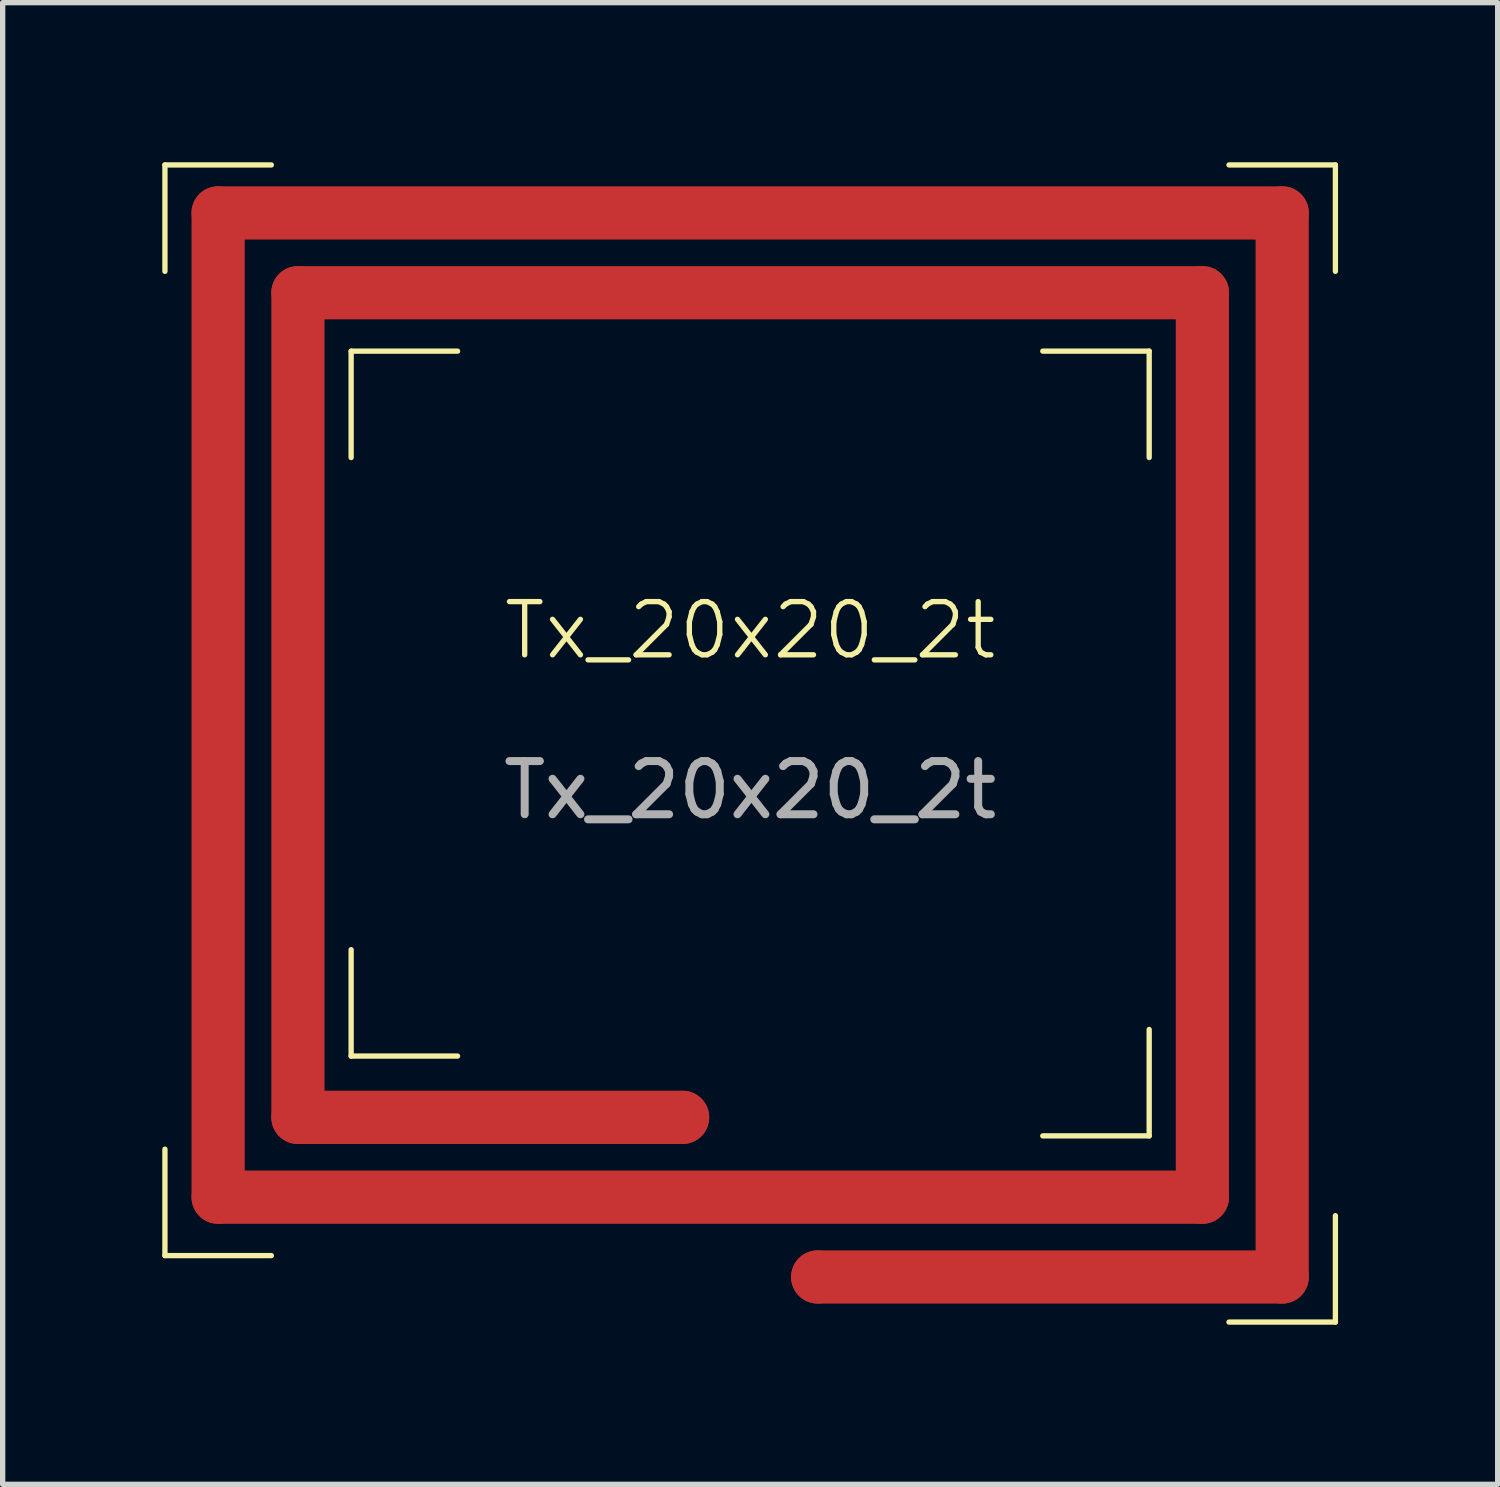
<source format=kicad_pcb>
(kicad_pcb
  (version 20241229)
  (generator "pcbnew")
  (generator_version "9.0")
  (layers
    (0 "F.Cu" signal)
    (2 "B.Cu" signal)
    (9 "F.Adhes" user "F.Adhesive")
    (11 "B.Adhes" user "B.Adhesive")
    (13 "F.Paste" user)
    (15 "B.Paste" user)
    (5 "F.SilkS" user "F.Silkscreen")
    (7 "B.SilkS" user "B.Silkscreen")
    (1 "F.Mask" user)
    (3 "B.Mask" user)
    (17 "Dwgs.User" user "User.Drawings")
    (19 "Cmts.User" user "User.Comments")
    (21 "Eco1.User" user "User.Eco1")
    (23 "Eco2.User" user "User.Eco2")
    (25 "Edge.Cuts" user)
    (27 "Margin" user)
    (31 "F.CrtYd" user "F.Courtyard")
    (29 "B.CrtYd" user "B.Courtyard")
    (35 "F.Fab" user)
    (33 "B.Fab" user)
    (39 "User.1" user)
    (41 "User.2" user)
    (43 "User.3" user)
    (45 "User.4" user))
  (footprint "Tx_20x20_2t"
    (layer "F.Cu")
    (at 11.05 10.3)
    (property "Reference" "Tx_20x20_2t" (at 0 -1.5 0) (unlocked yes) (layer "F.SilkS") (effects (font (size 1 1) (thickness 0.1))))
    (attr smd)
    (fp_line (start -10 -9.348) (end 10 -9.348) (stroke (width 1) (type default)) (layer "F.Cu"))
    (fp_line (start -10 9.152) (end -10 -9.348) (stroke (width 1) (type default)) (layer "F.Cu"))
    (fp_line (start -10 9.152) (end 8.5 9.152) (stroke (width 1) (type default)) (layer "F.Cu"))
    (fp_line (start -8.5 -7.848) (end 8.5 -7.848) (stroke (width 1) (type default)) (layer "F.Cu"))
    (fp_line (start -8.5 7.652) (end -8.5 -7.848) (stroke (width 1) (type default)) (layer "F.Cu"))
    (fp_line (start -8.5 7.652) (end -1.27 7.652) (stroke (width 1) (type default)) (layer "F.Cu"))
    (fp_line (start 1.27 10.652) (end 10 10.652) (stroke (width 1) (type default)) (layer "F.Cu"))
    (fp_line (start 8.5 9.152) (end 8.5 -7.848) (stroke (width 1) (type default)) (layer "F.Cu"))
    (fp_line (start 10 10.652) (end 10 -9.348) (stroke (width 1) (type default)) (layer "F.Cu"))
    (fp_line (start -11 -10.25) (end -11 -8.25) (stroke (width 0.1) (type default)) (layer "F.SilkS"))
    (fp_line (start -11 8.25) (end -11 10.25) (stroke (width 0.1) (type default)) (layer "F.SilkS"))
    (fp_line (start -11 10.25) (end -9 10.25) (stroke (width 0.1) (type default)) (layer "F.SilkS"))
    (fp_line (start -9 -10.25) (end -11 -10.25) (stroke (width 0.1) (type default)) (layer "F.SilkS"))
    (fp_line (start -7.5 -6.75) (end -7.5 -4.75) (stroke (width 0.1) (type default)) (layer "F.SilkS"))
    (fp_line (start -7.5 4.5) (end -7.5 6.5) (stroke (width 0.1) (type default)) (layer "F.SilkS"))
    (fp_line (start -7.5 6.5) (end -5.5 6.5) (stroke (width 0.1) (type default)) (layer "F.SilkS"))
    (fp_line (start -5.5 -6.75) (end -7.5 -6.75) (stroke (width 0.1) (type default)) (layer "F.SilkS"))
    (fp_line (start 5.5 8) (end 7.5 8) (stroke (width 0.1) (type default)) (layer "F.SilkS"))
    (fp_line (start 7.5 -6.75) (end 5.5 -6.75) (stroke (width 0.1) (type default)) (layer "F.SilkS"))
    (fp_line (start 7.5 -4.75) (end 7.5 -6.75) (stroke (width 0.1) (type default)) (layer "F.SilkS"))
    (fp_line (start 7.5 8) (end 7.5 6) (stroke (width 0.1) (type default)) (layer "F.SilkS"))
    (fp_line (start 9 11.5) (end 11 11.5) (stroke (width 0.1) (type default)) (layer "F.SilkS"))
    (fp_line (start 11 -10.25) (end 9 -10.25) (stroke (width 0.1) (type default)) (layer "F.SilkS"))
    (fp_line (start 11 -8.25) (end 11 -10.25) (stroke (width 0.1) (type default)) (layer "F.SilkS"))
    (fp_line (start 11 11.5) (end 11 9.5) (stroke (width 0.1) (type default)) (layer "F.SilkS"))
    (fp_text user "${REFERENCE}" (at 0 1.5 0) (unlocked yes) (layer "F.Fab") (effects (font (size 1 1) (thickness 0.15))))
    (pad "1" smd circle (at -1.27 7.652 180) (size 1 1) (layers "F.Cu"))
    (pad "2" smd circle (at 1.27 10.652 180) (size 1 1) (layers "F.Cu")))
  (gr_rect
    (start -3 -3)
    (end 25.1 24.85)
    (stroke (width 0.1) (type default))
    (fill no)
    (layer "Edge.Cuts")))
</source>
